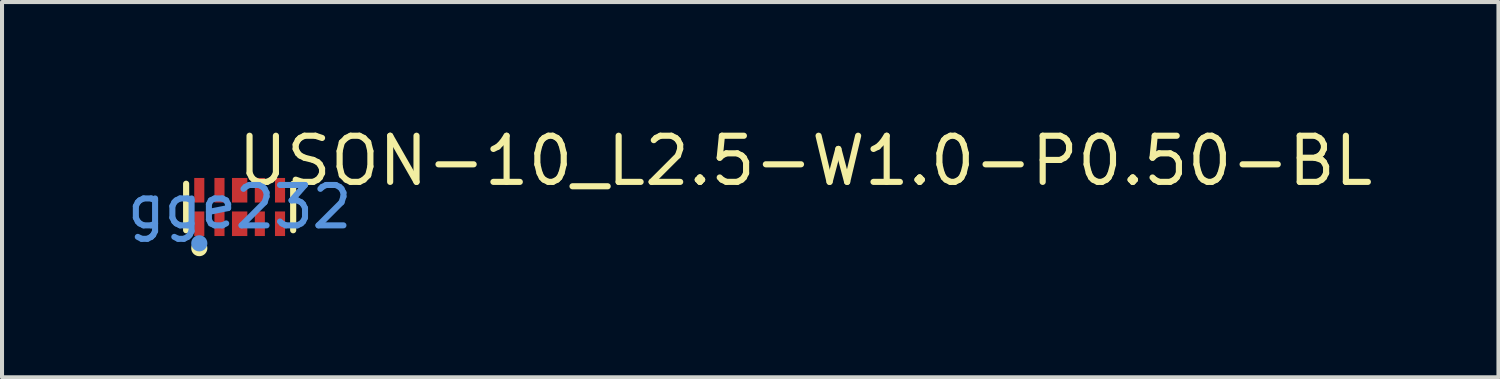
<source format=kicad_pcb>
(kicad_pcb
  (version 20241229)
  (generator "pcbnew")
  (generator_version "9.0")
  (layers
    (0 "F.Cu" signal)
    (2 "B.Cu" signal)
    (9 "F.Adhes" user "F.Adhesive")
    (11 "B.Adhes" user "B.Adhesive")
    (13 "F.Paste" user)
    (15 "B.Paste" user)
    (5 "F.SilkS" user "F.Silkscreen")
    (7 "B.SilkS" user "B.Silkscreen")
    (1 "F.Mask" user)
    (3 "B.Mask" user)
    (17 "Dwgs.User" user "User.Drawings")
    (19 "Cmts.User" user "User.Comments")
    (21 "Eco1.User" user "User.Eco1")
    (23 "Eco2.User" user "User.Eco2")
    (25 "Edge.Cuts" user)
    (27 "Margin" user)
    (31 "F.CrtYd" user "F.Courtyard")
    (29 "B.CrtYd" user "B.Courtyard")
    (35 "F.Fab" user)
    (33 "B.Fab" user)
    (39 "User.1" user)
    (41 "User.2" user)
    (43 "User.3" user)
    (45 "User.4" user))
  (footprint "USON-10_L2.5-W1.0-P0.50-BL"
    (layer "F.Cu")
    (at 2.887 2.078)
    (property "Reference" "USON-10_L2.5-W1.0-P0.50-BL" (at -0.127 -1.143 0) (layer "F.SilkS") (effects (font (size 1.143 1.143) (thickness 0.152)) (justify left)))
    (attr smd)
    (fp_line (start -1.326 0.576) (end -1.326 -0.576) (stroke (width 0.152) (type solid)) (layer "F.SilkS"))
    (fp_line (start 1.326 -0.576) (end 1.326 0.576) (stroke (width 0.152) (type solid)) (layer "F.SilkS"))
    (fp_circle (center -1 1.019) (end -0.9 1.019) (stroke (width 0.2) (type solid)) (fill no) (layer "F.SilkS"))
    (fp_circle (center -1 0.9) (end -0.9 0.9) (stroke (width 0.2) (type solid)) (fill no) (layer "Cmts.User"))
    (fp_text user "gge232" (at 0 0 0) (layer "Cmts.User") (effects (font (size 1 1) (thickness 0.15))))
    (pad "1" smd rect (at -1 0.415) (size 0.25 0.609) (layers "F.Cu" "F.Mask" "F.Paste"))
    (pad "2" smd rect (at -0.5 0.415) (size 0.25 0.609) (layers "F.Cu" "F.Mask" "F.Paste"))
    (pad "3" smd rect (at 0 0.415) (size 0.38 0.609) (layers "F.Cu" "F.Mask" "F.Paste"))
    (pad "4" smd rect (at 0.5 0.415) (size 0.25 0.609) (layers "F.Cu" "F.Mask" "F.Paste"))
    (pad "5" smd rect (at 1 0.415) (size 0.25 0.609) (layers "F.Cu" "F.Mask" "F.Paste"))
    (pad "6" smd rect (at 1 -0.415) (size 0.25 0.609) (layers "F.Cu" "F.Mask" "F.Paste"))
    (pad "7" smd rect (at 0.5 -0.415) (size 0.25 0.609) (layers "F.Cu" "F.Mask" "F.Paste"))
    (pad "8" smd rect (at 0 -0.415) (size 0.38 0.609) (layers "F.Cu" "F.Mask" "F.Paste"))
    (pad "9" smd rect (at -0.5 -0.415) (size 0.25 0.609) (layers "F.Cu" "F.Mask" "F.Paste"))
    (pad "10" smd rect (at -1 -0.415) (size 0.25 0.609) (layers "F.Cu" "F.Mask" "F.Paste")))
  (gr_rect
    (start -3 -3)
    (end 34.072 6.297)
    (stroke (width 0.1) (type default))
    (fill no)
    (layer "Edge.Cuts")))
</source>
